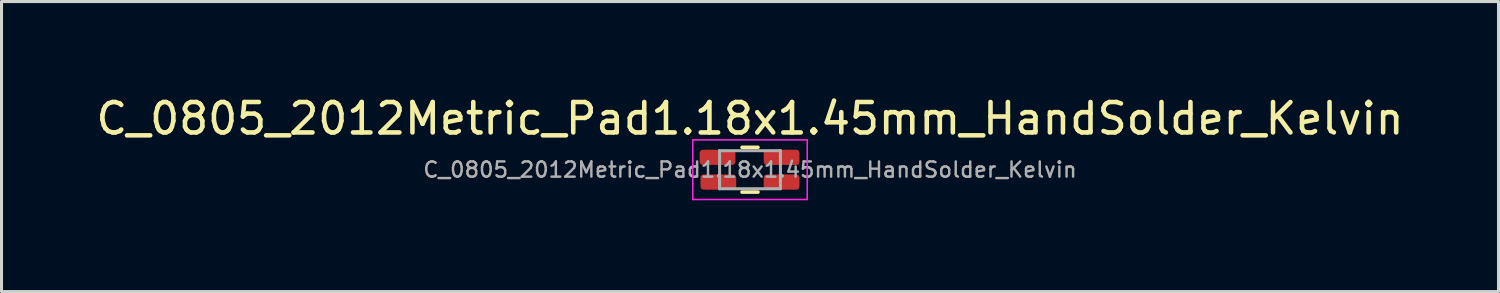
<source format=kicad_pcb>
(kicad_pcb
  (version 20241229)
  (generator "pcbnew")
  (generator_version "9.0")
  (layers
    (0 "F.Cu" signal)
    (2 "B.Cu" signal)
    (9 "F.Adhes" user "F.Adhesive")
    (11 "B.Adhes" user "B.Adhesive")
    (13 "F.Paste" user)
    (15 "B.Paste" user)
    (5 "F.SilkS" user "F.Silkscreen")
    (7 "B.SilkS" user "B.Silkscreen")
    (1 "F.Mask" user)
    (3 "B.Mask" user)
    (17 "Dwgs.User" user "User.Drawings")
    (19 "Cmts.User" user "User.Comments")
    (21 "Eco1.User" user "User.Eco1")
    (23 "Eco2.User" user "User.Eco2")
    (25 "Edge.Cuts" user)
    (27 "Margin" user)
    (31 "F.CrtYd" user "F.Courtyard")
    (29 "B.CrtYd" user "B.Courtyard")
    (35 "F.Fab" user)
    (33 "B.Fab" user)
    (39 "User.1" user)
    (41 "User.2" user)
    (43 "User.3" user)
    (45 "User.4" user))
  (footprint "C_0805_2012Metric_Pad1.18x1.45mm_HandSolder_Kelvin"
    (layer "F.Cu")
    (at 21.601 2.528)
    (property "Reference" "C_0805_2012Metric_Pad1.18x1.45mm_HandSolder_Kelvin" (at 0 -1.68 0) (layer "F.SilkS") (effects (font (size 1 1) (thickness 0.15))))
    (attr smd)
    (fp_line (start -0.261 -0.735) (end 0.261 -0.735) (stroke (width 0.12) (type solid)) (layer "F.SilkS"))
    (fp_line (start -0.261 0.735) (end 0.261 0.735) (stroke (width 0.12) (type solid)) (layer "F.SilkS"))
    (fp_line (start -1.88 -0.98) (end 1.88 -0.98) (stroke (width 0.05) (type solid)) (layer "F.CrtYd"))
    (fp_line (start -1.88 0.98) (end -1.88 -0.98) (stroke (width 0.05) (type solid)) (layer "F.CrtYd"))
    (fp_line (start 1.88 -0.98) (end 1.88 0.98) (stroke (width 0.05) (type solid)) (layer "F.CrtYd"))
    (fp_line (start 1.88 0.98) (end -1.88 0.98) (stroke (width 0.05) (type solid)) (layer "F.CrtYd"))
    (fp_line (start -1 -0.625) (end 1 -0.625) (stroke (width 0.1) (type solid)) (layer "F.Fab"))
    (fp_line (start -1 0.625) (end -1 -0.625) (stroke (width 0.1) (type solid)) (layer "F.Fab"))
    (fp_line (start 1 -0.625) (end 1 0.625) (stroke (width 0.1) (type solid)) (layer "F.Fab"))
    (fp_line (start 1 0.625) (end -1 0.625) (stroke (width 0.1) (type solid)) (layer "F.Fab"))
    (fp_text user "${REFERENCE}" (at 0 0 0) (layer "F.Fab") (effects (font (size 0.5 0.5) (thickness 0.08))))
    (pad "1" smd roundrect (at -1.067 -0.406) (size 1.175 0.5) (layers "F.Cu" "F.Mask" "F.Paste") (roundrect_rratio 0.213))
    (pad "1" smd roundrect (at -1.041 0.406) (size 1.175 0.5) (layers "F.Cu" "F.Mask" "F.Paste") (roundrect_rratio 0.213))
    (pad "2" smd roundrect (at 1.038 -0.406) (size 1.175 0.5) (layers "F.Cu" "F.Mask" "F.Paste") (roundrect_rratio 0.213))
    (pad "2" smd roundrect (at 1.038 0.406) (size 1.175 0.5) (layers "F.Cu" "F.Mask" "F.Paste") (roundrect_rratio 0.213)))
  (gr_rect
    (start -3 -3)
    (end 46.202 6.533)
    (stroke (width 0.1) (type default))
    (fill no)
    (layer "Edge.Cuts")))
</source>
